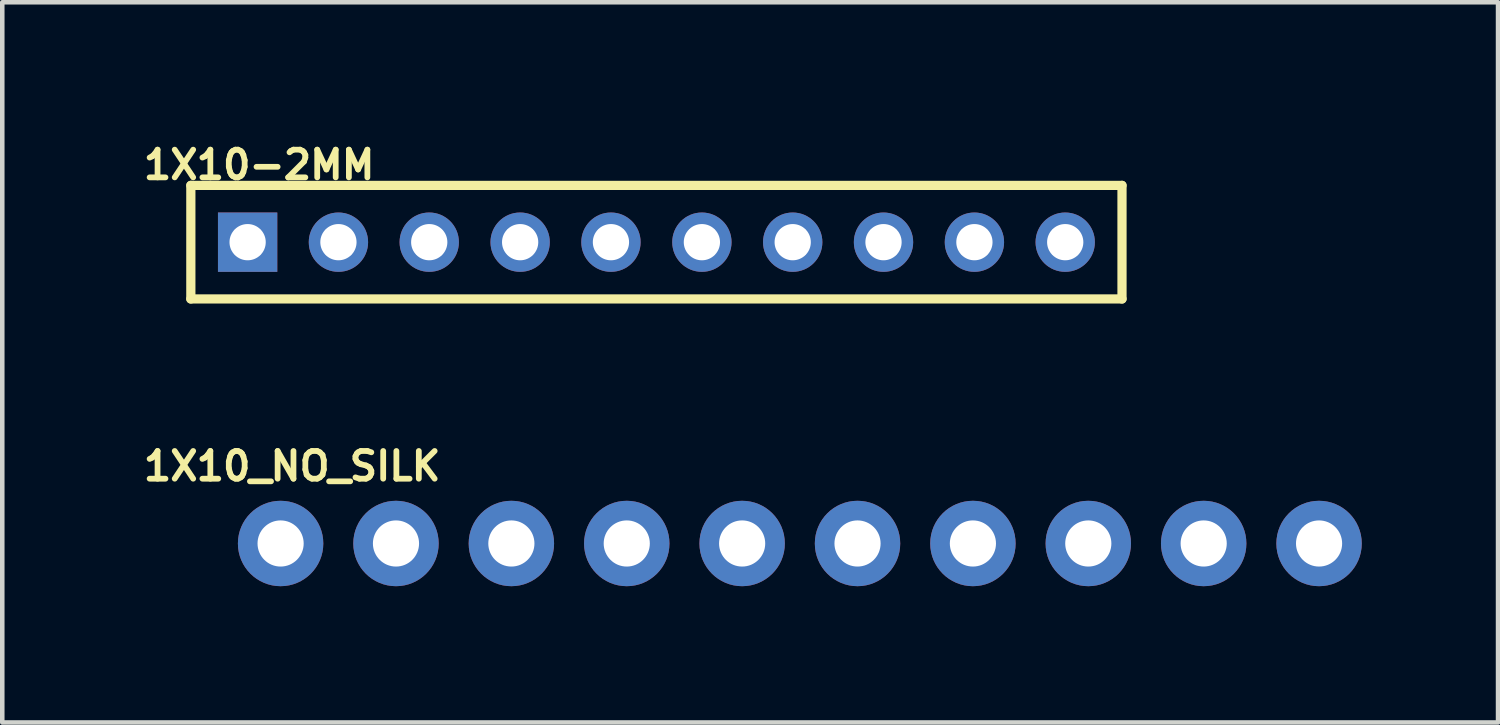
<source format=kicad_pcb>
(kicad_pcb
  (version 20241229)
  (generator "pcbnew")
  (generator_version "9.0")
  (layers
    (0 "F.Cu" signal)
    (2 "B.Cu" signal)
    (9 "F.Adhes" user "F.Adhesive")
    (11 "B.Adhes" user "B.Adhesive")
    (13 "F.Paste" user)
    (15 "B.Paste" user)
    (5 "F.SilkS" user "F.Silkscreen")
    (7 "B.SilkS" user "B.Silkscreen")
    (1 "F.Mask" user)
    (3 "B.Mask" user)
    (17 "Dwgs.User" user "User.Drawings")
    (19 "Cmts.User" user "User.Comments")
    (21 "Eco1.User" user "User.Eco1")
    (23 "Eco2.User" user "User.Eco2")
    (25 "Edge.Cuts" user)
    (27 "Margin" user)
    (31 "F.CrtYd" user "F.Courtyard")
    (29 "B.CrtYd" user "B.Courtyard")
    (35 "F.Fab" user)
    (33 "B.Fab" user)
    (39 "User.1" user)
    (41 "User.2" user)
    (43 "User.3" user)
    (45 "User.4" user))
  (footprint "1X10_NO_SILK"
    (layer "F.Cu")
    (at 3.127 8.914)
    (property "Reference" "1X10_NO_SILK" (at 0.254 -1.702 0) (layer "F.SilkS") (effects (font (size 0.61 0.61) (thickness 0.127))))
    (attr exclude_from_pos_files exclude_from_bom)
    (fp_line (start -0.254 -0.254) (end 0.254 -0.254) (stroke (width 0.066) (type solid)) (layer "Dwgs.User"))
    (fp_line (start -0.254 0.254) (end -0.254 -0.254) (stroke (width 0.066) (type solid)) (layer "Dwgs.User"))
    (fp_line (start -0.254 0.254) (end 0.254 0.254) (stroke (width 0.066) (type solid)) (layer "Dwgs.User"))
    (fp_line (start 0.254 0.254) (end 0.254 -0.254) (stroke (width 0.066) (type solid)) (layer "Dwgs.User"))
    (fp_line (start 2.286 -0.254) (end 2.794 -0.254) (stroke (width 0.066) (type solid)) (layer "Dwgs.User"))
    (fp_line (start 2.286 0.254) (end 2.286 -0.254) (stroke (width 0.066) (type solid)) (layer "Dwgs.User"))
    (fp_line (start 2.286 0.254) (end 2.794 0.254) (stroke (width 0.066) (type solid)) (layer "Dwgs.User"))
    (fp_line (start 2.794 0.254) (end 2.794 -0.254) (stroke (width 0.066) (type solid)) (layer "Dwgs.User"))
    (fp_line (start 4.826 -0.254) (end 5.334 -0.254) (stroke (width 0.066) (type solid)) (layer "Dwgs.User"))
    (fp_line (start 4.826 0.254) (end 4.826 -0.254) (stroke (width 0.066) (type solid)) (layer "Dwgs.User"))
    (fp_line (start 4.826 0.254) (end 5.334 0.254) (stroke (width 0.066) (type solid)) (layer "Dwgs.User"))
    (fp_line (start 5.334 0.254) (end 5.334 -0.254) (stroke (width 0.066) (type solid)) (layer "Dwgs.User"))
    (fp_line (start 7.366 -0.254) (end 7.874 -0.254) (stroke (width 0.066) (type solid)) (layer "Dwgs.User"))
    (fp_line (start 7.366 0.254) (end 7.366 -0.254) (stroke (width 0.066) (type solid)) (layer "Dwgs.User"))
    (fp_line (start 7.366 0.254) (end 7.874 0.254) (stroke (width 0.066) (type solid)) (layer "Dwgs.User"))
    (fp_line (start 7.874 0.254) (end 7.874 -0.254) (stroke (width 0.066) (type solid)) (layer "Dwgs.User"))
    (fp_line (start 9.906 -0.254) (end 10.414 -0.254) (stroke (width 0.066) (type solid)) (layer "Dwgs.User"))
    (fp_line (start 9.906 0.254) (end 9.906 -0.254) (stroke (width 0.066) (type solid)) (layer "Dwgs.User"))
    (fp_line (start 9.906 0.254) (end 10.414 0.254) (stroke (width 0.066) (type solid)) (layer "Dwgs.User"))
    (fp_line (start 10.414 0.254) (end 10.414 -0.254) (stroke (width 0.066) (type solid)) (layer "Dwgs.User"))
    (fp_line (start 12.446 -0.254) (end 12.954 -0.254) (stroke (width 0.066) (type solid)) (layer "Dwgs.User"))
    (fp_line (start 12.446 0.254) (end 12.446 -0.254) (stroke (width 0.066) (type solid)) (layer "Dwgs.User"))
    (fp_line (start 12.446 0.254) (end 12.954 0.254) (stroke (width 0.066) (type solid)) (layer "Dwgs.User"))
    (fp_line (start 12.954 0.254) (end 12.954 -0.254) (stroke (width 0.066) (type solid)) (layer "Dwgs.User"))
    (fp_line (start 14.986 -0.254) (end 15.494 -0.254) (stroke (width 0.066) (type solid)) (layer "Dwgs.User"))
    (fp_line (start 14.986 0.254) (end 14.986 -0.254) (stroke (width 0.066) (type solid)) (layer "Dwgs.User"))
    (fp_line (start 14.986 0.254) (end 15.494 0.254) (stroke (width 0.066) (type solid)) (layer "Dwgs.User"))
    (fp_line (start 15.494 0.254) (end 15.494 -0.254) (stroke (width 0.066) (type solid)) (layer "Dwgs.User"))
    (fp_line (start 17.523 -0.254) (end 18.034 -0.254) (stroke (width 0.066) (type solid)) (layer "Dwgs.User"))
    (fp_line (start 17.523 0.254) (end 17.523 -0.254) (stroke (width 0.066) (type solid)) (layer "Dwgs.User"))
    (fp_line (start 17.523 0.254) (end 18.034 0.254) (stroke (width 0.066) (type solid)) (layer "Dwgs.User"))
    (fp_line (start 18.034 0.254) (end 18.034 -0.254) (stroke (width 0.066) (type solid)) (layer "Dwgs.User"))
    (fp_line (start 20.066 -0.254) (end 20.574 -0.254) (stroke (width 0.066) (type solid)) (layer "Dwgs.User"))
    (fp_line (start 20.066 0.254) (end 20.066 -0.254) (stroke (width 0.066) (type solid)) (layer "Dwgs.User"))
    (fp_line (start 20.066 0.254) (end 20.574 0.254) (stroke (width 0.066) (type solid)) (layer "Dwgs.User"))
    (fp_line (start 20.574 0.254) (end 20.574 -0.254) (stroke (width 0.066) (type solid)) (layer "Dwgs.User"))
    (fp_line (start 22.606 -0.254) (end 23.114 -0.254) (stroke (width 0.066) (type solid)) (layer "Dwgs.User"))
    (fp_line (start 22.606 0.254) (end 22.606 -0.254) (stroke (width 0.066) (type solid)) (layer "Dwgs.User"))
    (fp_line (start 22.606 0.254) (end 23.114 0.254) (stroke (width 0.066) (type solid)) (layer "Dwgs.User"))
    (fp_line (start 23.114 0.254) (end 23.114 -0.254) (stroke (width 0.066) (type solid)) (layer "Dwgs.User"))
    (pad "1" thru_hole circle (at 0 0) (size 1.88 1.88) (drill 1.016) (layers "*.Cu" "*.Paste" "*.Mask"))
    (pad "2" thru_hole circle (at 2.54 0) (size 1.88 1.88) (drill 1.016) (layers "*.Cu" "*.Paste" "*.Mask"))
    (pad "3" thru_hole circle (at 5.08 0) (size 1.88 1.88) (drill 1.016) (layers "*.Cu" "*.Paste" "*.Mask"))
    (pad "4" thru_hole circle (at 7.62 0) (size 1.88 1.88) (drill 1.016) (layers "*.Cu" "*.Paste" "*.Mask"))
    (pad "5" thru_hole circle (at 10.16 0) (size 1.88 1.88) (drill 1.016) (layers "*.Cu" "*.Paste" "*.Mask"))
    (pad "6" thru_hole circle (at 12.7 0) (size 1.88 1.88) (drill 1.016) (layers "*.Cu" "*.Paste" "*.Mask"))
    (pad "7" thru_hole circle (at 15.24 0) (size 1.88 1.88) (drill 1.016) (layers "*.Cu" "*.Paste" "*.Mask"))
    (pad "8" thru_hole circle (at 17.78 0) (size 1.88 1.88) (drill 1.016) (layers "*.Cu" "*.Paste" "*.Mask"))
    (pad "9" thru_hole circle (at 20.32 0) (size 1.88 1.88) (drill 1.016) (layers "*.Cu" "*.Paste" "*.Mask"))
    (pad "10" thru_hole circle (at 22.86 0) (size 1.88 1.88) (drill 1.016) (layers "*.Cu" "*.Paste" "*.Mask")))
  (footprint "1X10-2MM"
    (layer "F.Cu")
    (at 2.401 2.281)
    (property "Reference" "1X10-2MM" (at 0.254 -1.702 0) (layer "F.SilkS") (effects (font (size 0.61 0.61) (thickness 0.127))))
    (attr exclude_from_pos_files exclude_from_bom)
    (fp_line (start -1.25 -1.25) (end -1.25 1.25) (stroke (width 0.203) (type solid)) (layer "F.SilkS"))
    (fp_line (start -1.25 -1.25) (end 19.248 -1.25) (stroke (width 0.203) (type solid)) (layer "F.SilkS"))
    (fp_line (start 19.248 -1.25) (end 19.248 1.25) (stroke (width 0.203) (type solid)) (layer "F.SilkS"))
    (fp_line (start 19.248 1.25) (end -1.25 1.25) (stroke (width 0.203) (type solid)) (layer "F.SilkS"))
    (fp_line (start -0.254 -0.254) (end 0.254 -0.254) (stroke (width 0.066) (type solid)) (layer "Dwgs.User"))
    (fp_line (start -0.254 0.254) (end -0.254 -0.254) (stroke (width 0.066) (type solid)) (layer "Dwgs.User"))
    (fp_line (start -0.254 0.254) (end 0.254 0.254) (stroke (width 0.066) (type solid)) (layer "Dwgs.User"))
    (fp_line (start 0.254 0.254) (end 0.254 -0.254) (stroke (width 0.066) (type solid)) (layer "Dwgs.User"))
    (fp_line (start 1.745 -0.254) (end 2.253 -0.254) (stroke (width 0.066) (type solid)) (layer "Dwgs.User"))
    (fp_line (start 1.745 0.254) (end 1.745 -0.254) (stroke (width 0.066) (type solid)) (layer "Dwgs.User"))
    (fp_line (start 1.745 0.254) (end 2.253 0.254) (stroke (width 0.066) (type solid)) (layer "Dwgs.User"))
    (fp_line (start 2.253 0.254) (end 2.253 -0.254) (stroke (width 0.066) (type solid)) (layer "Dwgs.User"))
    (fp_line (start 3.744 -0.254) (end 4.252 -0.254) (stroke (width 0.066) (type solid)) (layer "Dwgs.User"))
    (fp_line (start 3.744 0.254) (end 3.744 -0.254) (stroke (width 0.066) (type solid)) (layer "Dwgs.User"))
    (fp_line (start 3.744 0.254) (end 4.252 0.254) (stroke (width 0.066) (type solid)) (layer "Dwgs.User"))
    (fp_line (start 4.252 0.254) (end 4.252 -0.254) (stroke (width 0.066) (type solid)) (layer "Dwgs.User"))
    (fp_line (start 5.745 -0.254) (end 6.253 -0.254) (stroke (width 0.066) (type solid)) (layer "Dwgs.User"))
    (fp_line (start 5.745 0.254) (end 5.745 -0.254) (stroke (width 0.066) (type solid)) (layer "Dwgs.User"))
    (fp_line (start 5.745 0.254) (end 6.253 0.254) (stroke (width 0.066) (type solid)) (layer "Dwgs.User"))
    (fp_line (start 6.253 0.254) (end 6.253 -0.254) (stroke (width 0.066) (type solid)) (layer "Dwgs.User"))
    (fp_line (start 7.744 -0.254) (end 8.252 -0.254) (stroke (width 0.066) (type solid)) (layer "Dwgs.User"))
    (fp_line (start 7.744 0.254) (end 7.744 -0.254) (stroke (width 0.066) (type solid)) (layer "Dwgs.User"))
    (fp_line (start 7.744 0.254) (end 8.252 0.254) (stroke (width 0.066) (type solid)) (layer "Dwgs.User"))
    (fp_line (start 8.252 0.254) (end 8.252 -0.254) (stroke (width 0.066) (type solid)) (layer "Dwgs.User"))
    (fp_line (start 9.746 -0.254) (end 10.254 -0.254) (stroke (width 0.066) (type solid)) (layer "Dwgs.User"))
    (fp_line (start 9.746 0.254) (end 9.746 -0.254) (stroke (width 0.066) (type solid)) (layer "Dwgs.User"))
    (fp_line (start 9.746 0.254) (end 10.254 0.254) (stroke (width 0.066) (type solid)) (layer "Dwgs.User"))
    (fp_line (start 10.254 0.254) (end 10.254 -0.254) (stroke (width 0.066) (type solid)) (layer "Dwgs.User"))
    (fp_line (start 11.745 -0.254) (end 12.253 -0.254) (stroke (width 0.066) (type solid)) (layer "Dwgs.User"))
    (fp_line (start 11.745 0.254) (end 11.745 -0.254) (stroke (width 0.066) (type solid)) (layer "Dwgs.User"))
    (fp_line (start 11.745 0.254) (end 12.253 0.254) (stroke (width 0.066) (type solid)) (layer "Dwgs.User"))
    (fp_line (start 12.253 0.254) (end 12.253 -0.254) (stroke (width 0.066) (type solid)) (layer "Dwgs.User"))
    (fp_line (start 13.744 -0.254) (end 14.252 -0.254) (stroke (width 0.066) (type solid)) (layer "Dwgs.User"))
    (fp_line (start 13.744 0.254) (end 13.744 -0.254) (stroke (width 0.066) (type solid)) (layer "Dwgs.User"))
    (fp_line (start 13.744 0.254) (end 14.252 0.254) (stroke (width 0.066) (type solid)) (layer "Dwgs.User"))
    (fp_line (start 14.252 0.254) (end 14.252 -0.254) (stroke (width 0.066) (type solid)) (layer "Dwgs.User"))
    (fp_line (start 15.745 -0.254) (end 16.253 -0.254) (stroke (width 0.066) (type solid)) (layer "Dwgs.User"))
    (fp_line (start 15.745 0.254) (end 15.745 -0.254) (stroke (width 0.066) (type solid)) (layer "Dwgs.User"))
    (fp_line (start 15.745 0.254) (end 16.253 0.254) (stroke (width 0.066) (type solid)) (layer "Dwgs.User"))
    (fp_line (start 16.253 0.254) (end 16.253 -0.254) (stroke (width 0.066) (type solid)) (layer "Dwgs.User"))
    (fp_line (start 17.744 -0.254) (end 18.252 -0.254) (stroke (width 0.066) (type solid)) (layer "Dwgs.User"))
    (fp_line (start 17.744 0.254) (end 17.744 -0.254) (stroke (width 0.066) (type solid)) (layer "Dwgs.User"))
    (fp_line (start 17.744 0.254) (end 18.252 0.254) (stroke (width 0.066) (type solid)) (layer "Dwgs.User"))
    (fp_line (start 18.252 0.254) (end 18.252 -0.254) (stroke (width 0.066) (type solid)) (layer "Dwgs.User"))
    (pad "1" thru_hole rect (at 0 0) (size 1.306 1.306) (drill 0.798) (layers "*.Cu" "*.Paste" "*.Mask"))
    (pad "2" thru_hole circle (at 1.999 0) (size 1.306 1.306) (drill 0.798) (layers "*.Cu" "*.Paste" "*.Mask"))
    (pad "3" thru_hole circle (at 3.998 0) (size 1.306 1.306) (drill 0.798) (layers "*.Cu" "*.Paste" "*.Mask"))
    (pad "4" thru_hole circle (at 5.999 0) (size 1.306 1.306) (drill 0.798) (layers "*.Cu" "*.Paste" "*.Mask"))
    (pad "5" thru_hole circle (at 7.998 0) (size 1.306 1.306) (drill 0.798) (layers "*.Cu" "*.Paste" "*.Mask"))
    (pad "6" thru_hole circle (at 10 0) (size 1.306 1.306) (drill 0.798) (layers "*.Cu" "*.Paste" "*.Mask"))
    (pad "7" thru_hole circle (at 11.999 0) (size 1.306 1.306) (drill 0.798) (layers "*.Cu" "*.Paste" "*.Mask"))
    (pad "8" thru_hole circle (at 13.998 0) (size 1.306 1.306) (drill 0.798) (layers "*.Cu" "*.Paste" "*.Mask"))
    (pad "9" thru_hole circle (at 15.999 0) (size 1.306 1.306) (drill 0.798) (layers "*.Cu" "*.Paste" "*.Mask"))
    (pad "10" thru_hole circle (at 17.998 0) (size 1.306 1.306) (drill 0.798) (layers "*.Cu" "*.Paste" "*.Mask")))
  (gr_rect
    (start -3 -3)
    (end 29.927 12.854)
    (stroke (width 0.1) (type default))
    (fill no)
    (layer "Edge.Cuts")))
</source>
